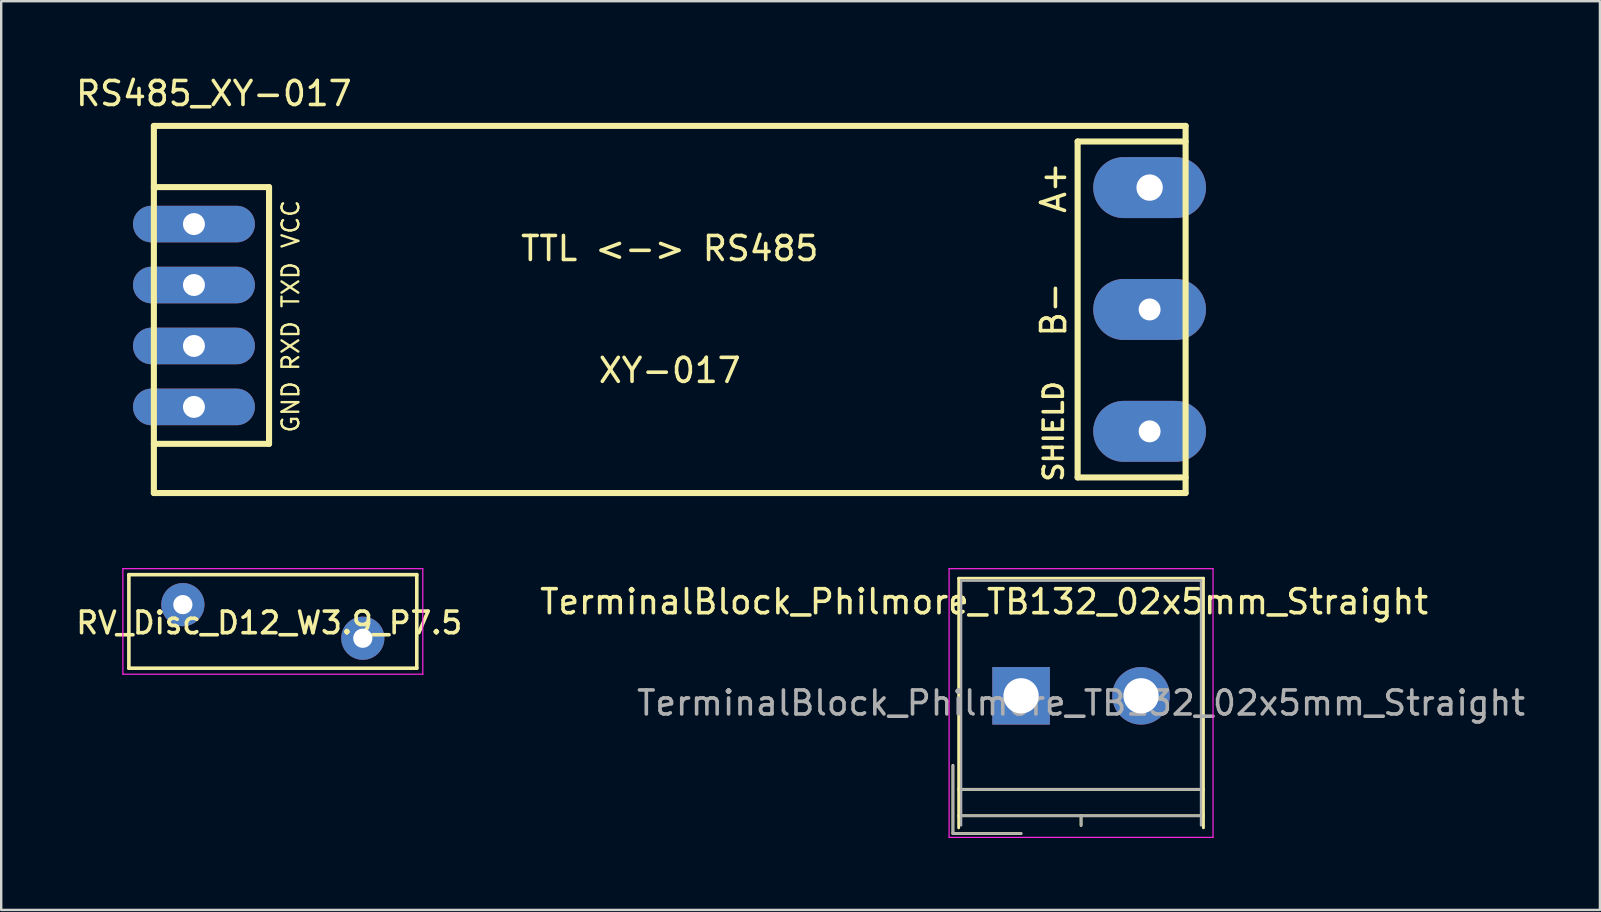
<source format=kicad_pcb>
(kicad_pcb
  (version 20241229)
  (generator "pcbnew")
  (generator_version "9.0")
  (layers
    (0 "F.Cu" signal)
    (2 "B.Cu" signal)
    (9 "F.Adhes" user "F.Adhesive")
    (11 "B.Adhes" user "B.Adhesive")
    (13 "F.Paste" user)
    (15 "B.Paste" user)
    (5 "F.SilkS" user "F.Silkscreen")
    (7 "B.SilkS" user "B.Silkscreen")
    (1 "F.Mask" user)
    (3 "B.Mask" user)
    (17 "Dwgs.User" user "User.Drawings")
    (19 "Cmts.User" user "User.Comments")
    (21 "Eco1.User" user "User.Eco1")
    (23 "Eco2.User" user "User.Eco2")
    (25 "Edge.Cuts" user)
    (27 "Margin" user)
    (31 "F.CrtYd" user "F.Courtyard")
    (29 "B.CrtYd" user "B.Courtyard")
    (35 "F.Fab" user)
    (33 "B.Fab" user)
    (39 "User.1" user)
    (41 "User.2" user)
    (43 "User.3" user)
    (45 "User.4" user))
  (footprint "RV_Disc_D12_W3.9_P7.5"
    (layer "F.Cu")
    (at 4.571 22.15)
    (property "Reference" "RV_Disc_D12_W3.9_P7.5" (at 3.6 0.76 0) (layer "F.SilkS") (effects (font (size 0.9 0.9) (thickness 0.15))))
    (attr through_hole)
    (fp_line (start -2.25 -1.25) (end -2.25 2.65) (stroke (width 0.15) (type solid)) (layer "F.SilkS"))
    (fp_line (start -2.25 -1.25) (end 9.75 -1.25) (stroke (width 0.15) (type solid)) (layer "F.SilkS"))
    (fp_line (start -2.25 2.65) (end 9.75 2.65) (stroke (width 0.15) (type solid)) (layer "F.SilkS"))
    (fp_line (start 9.75 -1.25) (end 9.75 2.65) (stroke (width 0.15) (type solid)) (layer "F.SilkS"))
    (fp_line (start -2.5 -1.5) (end -2.5 2.9) (stroke (width 0.05) (type solid)) (layer "F.CrtYd"))
    (fp_line (start -2.5 -1.5) (end 10 -1.5) (stroke (width 0.05) (type solid)) (layer "F.CrtYd"))
    (fp_line (start -2.5 2.9) (end 10 2.9) (stroke (width 0.05) (type solid)) (layer "F.CrtYd"))
    (fp_line (start 10 -1.5) (end 10 2.9) (stroke (width 0.05) (type solid)) (layer "F.CrtYd"))
    (pad "1" thru_hole circle (at 0 0) (size 1.8 1.8) (drill 0.8) (layers "*.Cu" "*.Mask"))
    (pad "2" thru_hole circle (at 7.5 1.4) (size 1.8 1.8) (drill 0.8) (layers "*.Cu" "*.Mask")))
  (footprint "RS485_XY-017"
    (layer "F.Cu")
    (at 24.863 9.848)
    (property "Reference" "RS485_XY-017" (at -19 -9 0) (layer "F.SilkS") (effects (font (size 1 1) (thickness 0.15))))
    (attr through_hole)
    (fp_line (start -21.5 -7.65) (end -21.5 7.65) (stroke (width 0.254) (type solid)) (layer "F.SilkS"))
    (fp_line (start -21.5 -7.65) (end 21.5 -7.65) (stroke (width 0.254) (type solid)) (layer "F.SilkS"))
    (fp_line (start -21.5 -5.1) (end -16.7 -5.1) (stroke (width 0.254) (type solid)) (layer "F.SilkS"))
    (fp_line (start -21.5 7.65) (end 21.5 7.65) (stroke (width 0.254) (type solid)) (layer "F.SilkS"))
    (fp_line (start -16.7 -5.1) (end -16.7 5.6) (stroke (width 0.254) (type solid)) (layer "F.SilkS"))
    (fp_line (start -16.7 5.6) (end -21.5 5.6) (stroke (width 0.254) (type solid)) (layer "F.SilkS"))
    (fp_line (start 17 -7) (end 17 7) (stroke (width 0.254) (type solid)) (layer "F.SilkS"))
    (fp_line (start 17 7) (end 21.5 7) (stroke (width 0.254) (type solid)) (layer "F.SilkS"))
    (fp_line (start 21.5 -7) (end 17 -7) (stroke (width 0.254) (type solid)) (layer "F.SilkS"))
    (fp_line (start 21.5 7.65) (end 21.5 -7.65) (stroke (width 0.254) (type solid)) (layer "F.SilkS"))
    (fp_text user "RXD" (at -15.8 1.521 90) (layer "F.SilkS") (effects (font (size 0.7 0.7) (thickness 0.1))))
    (fp_text user "TTL <-> RS485" (at 0 -2.54 0) (layer "F.SilkS") (effects (font (size 1 1) (thickness 0.15))))
    (fp_text user "SHIELD" (at 16 5.08 90) (layer "F.SilkS") (effects (font (size 0.8 0.8) (thickness 0.15))))
    (fp_text user "TXD" (at -15.8 -1.019 90) (layer "F.SilkS") (effects (font (size 0.7 0.7) (thickness 0.1))))
    (fp_text user "B-" (at 16 0 270) (layer "F.SilkS") (effects (font (size 1 1) (thickness 0.15))))
    (fp_text user "XY-017" (at 0 2.54 0) (layer "F.SilkS") (effects (font (size 1 1) (thickness 0.15))))
    (fp_text user "VCC" (at -15.8 -3.559 90) (layer "F.SilkS") (effects (font (size 0.7 0.7) (thickness 0.1))))
    (fp_text user "A+" (at 16 -5.08 90) (layer "F.SilkS") (effects (font (size 1 1) (thickness 0.15))))
    (fp_text user "GND" (at -15.8 4.061 90) (layer "F.SilkS") (effects (font (size 0.7 0.7) (thickness 0.1))))
    (pad "1" thru_hole oval (at -19.83 -3.559) (size 5.08 1.524) (drill 0.914) (layers "*.Cu" "*.Mask"))
    (pad "2" thru_hole oval (at -19.83 -1.019) (size 5.08 1.524) (drill 0.914) (layers "*.Cu" "*.Mask"))
    (pad "3" thru_hole oval (at -19.83 1.521) (size 5.08 1.524) (drill 0.914) (layers "*.Cu" "*.Mask"))
    (pad "4" thru_hole oval (at -19.83 4.061) (size 5.08 1.524) (drill 0.914) (layers "*.Cu" "*.Mask"))
    (pad "5" thru_hole oval (at 20 -5.08) (size 4.7 2.54) (drill 1.1) (layers "*.Cu" "*.Mask"))
    (pad "6" thru_hole oval (at 20 0) (size 4.7 2.54) (drill 0.914) (layers "*.Cu" "*.Mask"))
    (pad "7" thru_hole oval (at 20 5.08) (size 4.7 2.54) (drill 0.914) (layers "*.Cu" "*.Mask")))
  (footprint "TerminalBlock_Philmore_TB132_02x5mm_Straight"
    (layer "F.Cu")
    (at 39.506 25.95)
    (property "Reference" "TerminalBlock_Philmore_TB132_02x5mm_Straight" (at -1.54 -3.92 0) (layer "F.SilkS") (effects (font (size 1 1) (thickness 0.15))))
    (attr through_hole)
    (fp_line (start -2.84 2.9) (end -2.84 5.74) (stroke (width 0.12) (type solid)) (layer "F.SilkS"))
    (fp_line (start -2.84 5.74) (end 0 5.74) (stroke (width 0.12) (type solid)) (layer "F.SilkS"))
    (fp_line (start -2.6 -4.9) (end 7.6 -4.9) (stroke (width 0.12) (type solid)) (layer "F.SilkS"))
    (fp_line (start -2.6 3.9) (end 7.6 3.9) (stroke (width 0.12) (type solid)) (layer "F.SilkS"))
    (fp_line (start -2.6 5) (end 7.6 5) (stroke (width 0.12) (type solid)) (layer "F.SilkS"))
    (fp_line (start -2.6 5.5) (end -2.6 -4.9) (stroke (width 0.12) (type solid)) (layer "F.SilkS"))
    (fp_line (start 2.5 5) (end 2.5 5.4) (stroke (width 0.12) (type solid)) (layer "F.SilkS"))
    (fp_line (start 7.6 -4.9) (end 7.6 5.5) (stroke (width 0.12) (type solid)) (layer "F.SilkS"))
    (fp_line (start -3 -5.3) (end -3 5.9) (stroke (width 0.05) (type solid)) (layer "F.CrtYd"))
    (fp_line (start -3 5.9) (end 8 5.9) (stroke (width 0.05) (type solid)) (layer "F.CrtYd"))
    (fp_line (start 8 -5.3) (end -3 -5.3) (stroke (width 0.05) (type solid)) (layer "F.CrtYd"))
    (fp_line (start 8 5.9) (end 8 -5.3) (stroke (width 0.05) (type solid)) (layer "F.CrtYd"))
    (fp_line (start -2.84 2.9) (end -2.84 5.74) (stroke (width 0.1) (type solid)) (layer "F.Fab"))
    (fp_line (start -2.84 5.74) (end 0 5.74) (stroke (width 0.1) (type solid)) (layer "F.Fab"))
    (fp_line (start -2.5 -4.8) (end 7.5 -4.8) (stroke (width 0.1) (type solid)) (layer "F.Fab"))
    (fp_line (start -2.5 3.9) (end 7.5 3.9) (stroke (width 0.1) (type solid)) (layer "F.Fab"))
    (fp_line (start -2.5 5) (end 7.5 5) (stroke (width 0.1) (type solid)) (layer "F.Fab"))
    (fp_line (start -2.5 5.4) (end -2.5 -4.8) (stroke (width 0.1) (type solid)) (layer "F.Fab"))
    (fp_line (start 2.5 5) (end 2.5 5.4) (stroke (width 0.1) (type solid)) (layer "F.Fab"))
    (fp_line (start 7.5 -4.8) (end 7.5 5.4) (stroke (width 0.1) (type solid)) (layer "F.Fab"))
    (fp_text user "${REFERENCE}" (at 2.5 0.3 0) (layer "F.Fab") (effects (font (size 1 1) (thickness 0.15))))
    (pad "1" thru_hole rect (at 0 0) (size 2.4 2.4) (drill 1.47) (layers "*.Cu" "*.Mask"))
    (pad "2" thru_hole circle (at 5 0) (size 2.4 2.4) (drill 1.47) (layers "*.Cu" "*.Mask")))
  (gr_rect
    (start -3 -3)
    (end 63.631 34.875)
    (stroke (width 0.1) (type default))
    (fill no)
    (layer "Edge.Cuts")))
</source>
